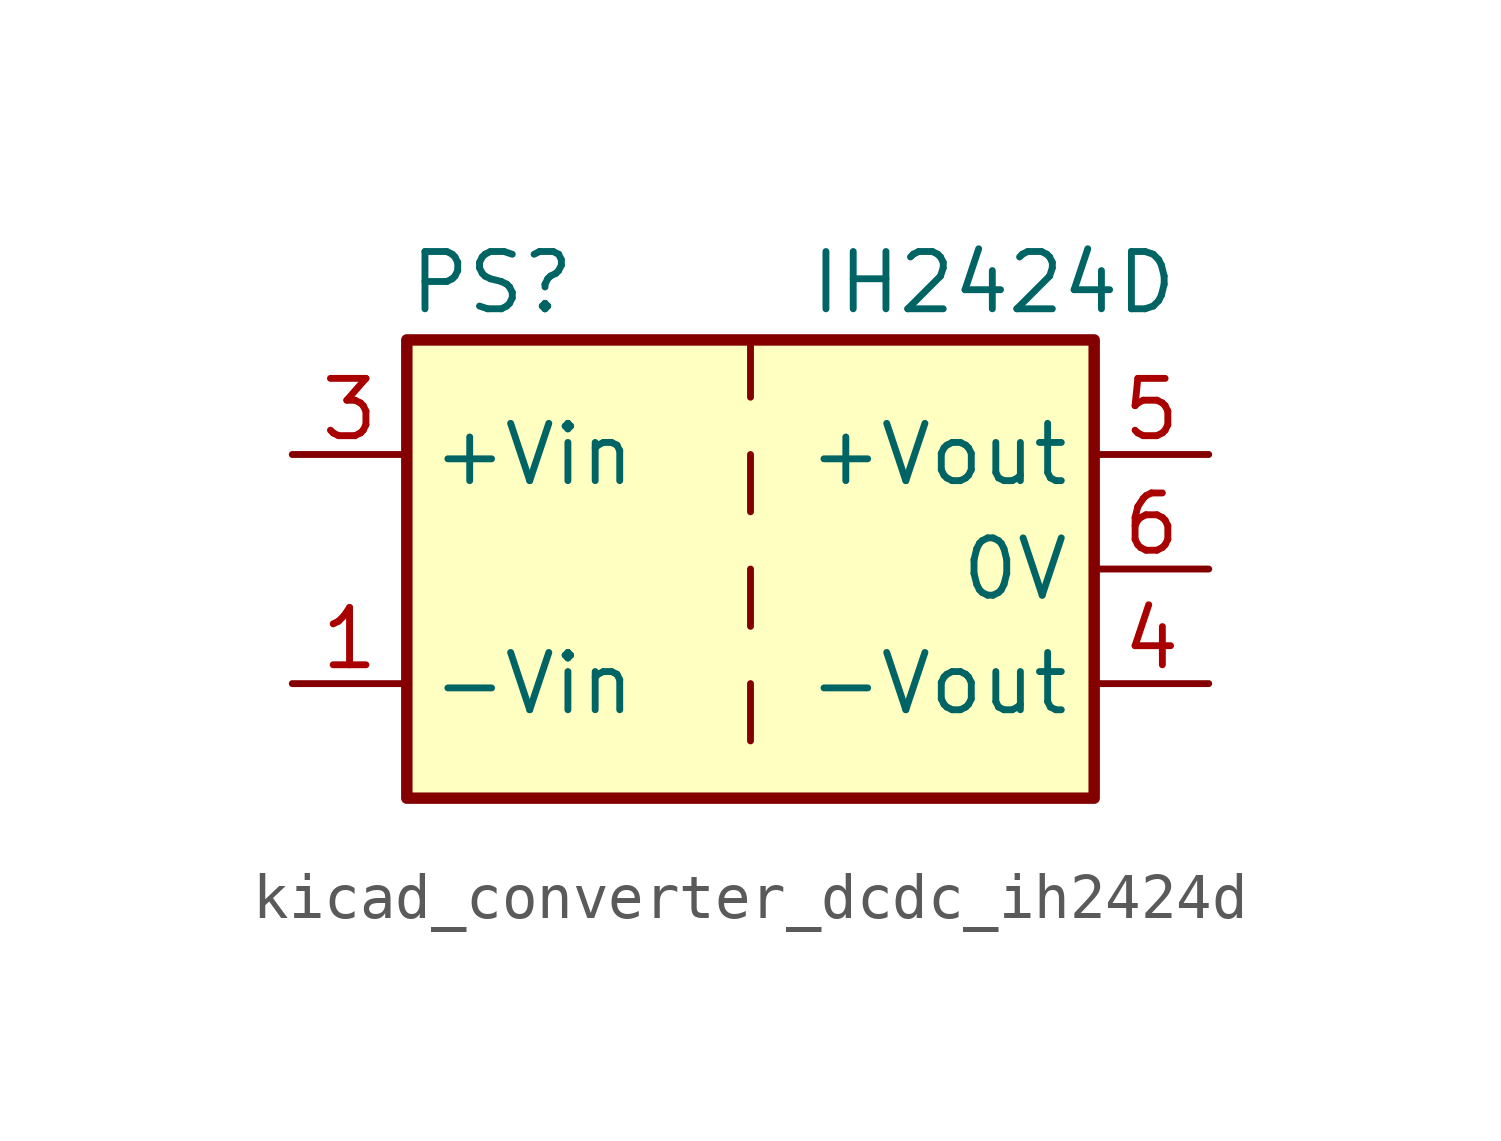
<source format=kicad_sym>
(kicad_symbol_lib
  (version 20220914)
  (generator kicad_symbol_editor)
  (symbol "kicad_converter_dcdc_ih2424d"
    (property "Reference" "PS"
      (at -7.62 6.35 0)
      (effects (font (size 1.27 1.27)) (justify left)))
    (property "Value" "IH2424D"
      (at 1.27 6.35 0)
      (effects (font (size 1.27 1.27)) (justify left)))
    (symbol "kicad_converter_dcdc_ih2424d_0_0"
      (pin power_in line (at -10.16 -2.54 0) (length 2.54) (name "-Vin" (effects (font (size 1.27 1.27)))) (number "1" (effects (font (size 1.27 1.27)))))
      (pin power_in line (at -10.16 2.54 0) (length 2.54) (name "+Vin" (effects (font (size 1.27 1.27)))) (number "3" (effects (font (size 1.27 1.27)))))
      (pin power_out line (at 10.16 -2.54 180) (length 2.54) (name "-Vout" (effects (font (size 1.27 1.27)))) (number "4" (effects (font (size 1.27 1.27)))))
      (pin power_out line (at 10.16 2.54 180) (length 2.54) (name "+Vout" (effects (font (size 1.27 1.27)))) (number "5" (effects (font (size 1.27 1.27)))))
      (pin power_out line (at 10.16 0 180) (length 2.54) (name "0V" (effects (font (size 1.27 1.27)))) (number "6" (effects (font (size 1.27 1.27))))))
    (symbol "kicad_converter_dcdc_ih2424d_0_1"
      (rectangle (start -7.62 5.08) (end 7.62 -5.08) (stroke (width 0.254) (type default)) (fill (type background)))
      (polyline (pts (xy 0 -2.54) (xy 0 -3.81)) (stroke (width 0) (type default)) (fill (type none)))
      (polyline (pts (xy 0 0) (xy 0 -1.27)) (stroke (width 0) (type default)) (fill (type none)))
      (polyline (pts (xy 0 2.54) (xy 0 1.27)) (stroke (width 0) (type default)) (fill (type none)))
      (polyline (pts (xy 0 5.08) (xy 0 3.81)) (stroke (width 0) (type default)) (fill (type none))))
    (symbol "kicad_converter_dcdc_ih2424d_1_1"
      (pin no_connect line (at 0 -5.08 90) (length 2.54) hide (name "NC" (effects (font (size 1.27 1.27)))) (number "2" (effects (font (size 1.27 1.27))))))))
</source>
